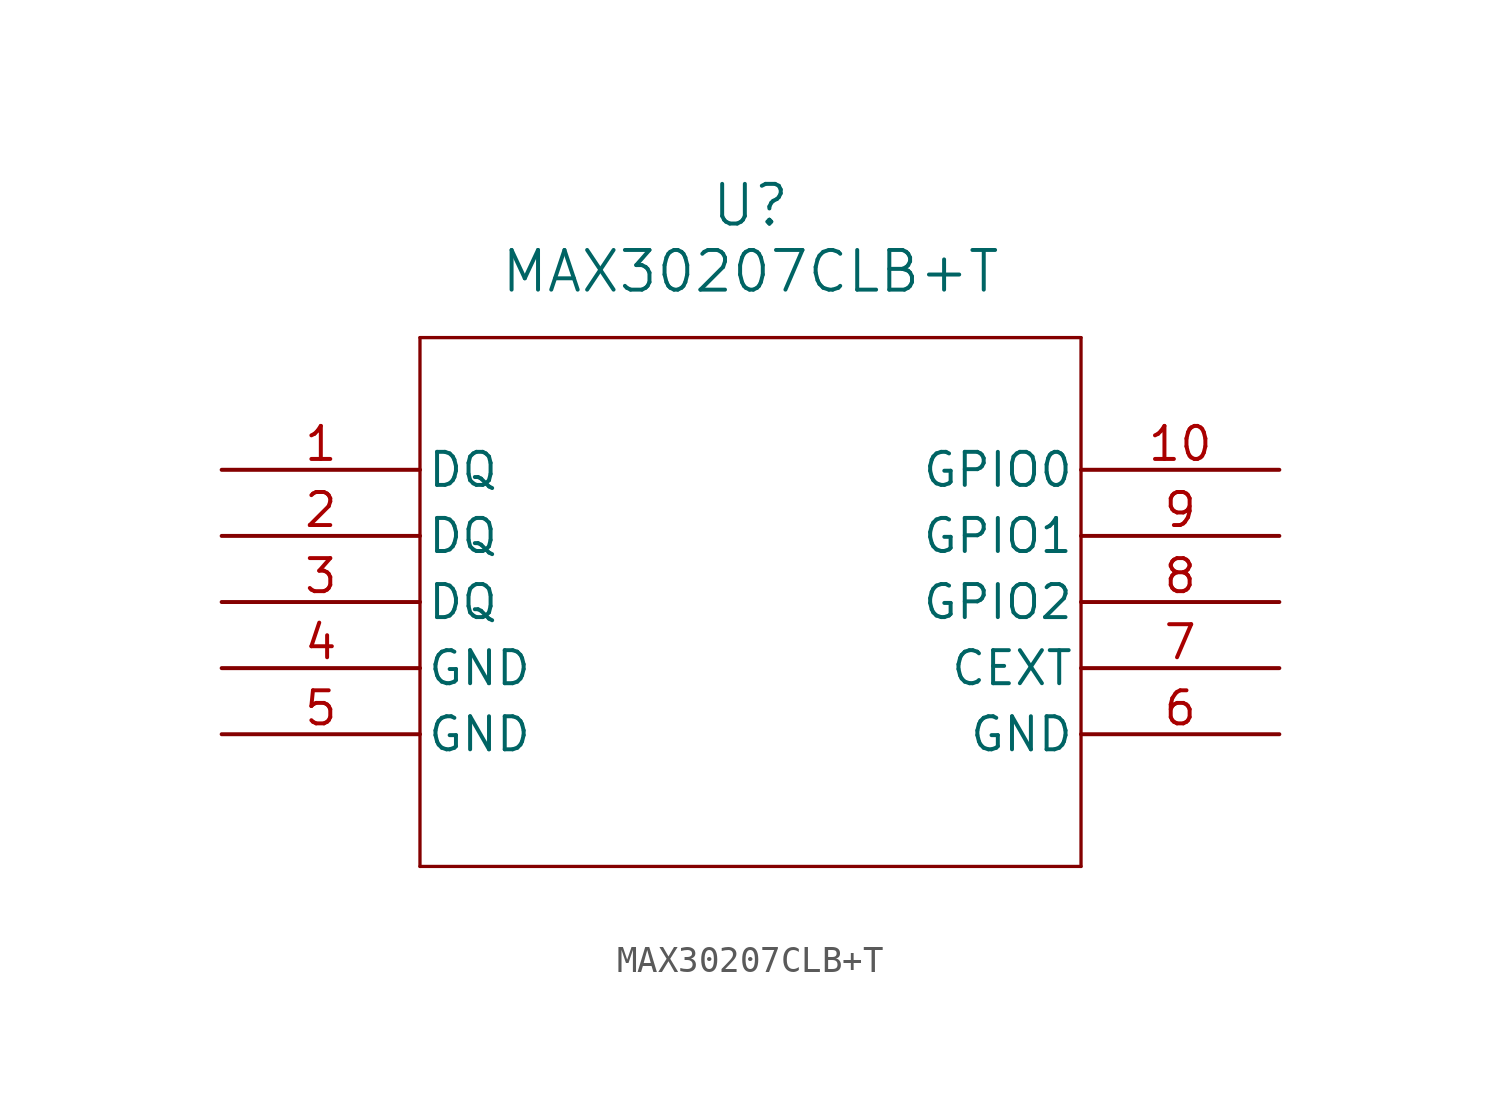
<source format=kicad_sym>
(kicad_symbol_lib
  (version 20211014)
  (generator kicad_symbol_editor)
  (symbol "MAX30207CLB+T"
    (pin_names
      (offset 0.254))
    (property "Reference" "U"
      (at 20.32 10.16 0)
      (effects (font (size 1.524 1.524))))
    (property "Value" "MAX30207CLB+T"
      (at 20.32 7.62 0)
      (effects (font (size 1.524 1.524))))
    (symbol "MAX30207CLB+T_0_1"
      (polyline (pts (xy 7.62 5.08) (xy 7.62 -15.24)) (stroke (width 0.127) (type default) (color 0 0 0 0)) (fill (type none)))
      (polyline (pts (xy 7.62 -15.24) (xy 33.02 -15.24)) (stroke (width 0.127) (type default) (color 0 0 0 0)) (fill (type none)))
      (polyline (pts (xy 33.02 -15.24) (xy 33.02 5.08)) (stroke (width 0.127) (type default) (color 0 0 0 0)) (fill (type none)))
      (polyline (pts (xy 33.02 5.08) (xy 7.62 5.08)) (stroke (width 0.127) (type default) (color 0 0 0 0)) (fill (type none)))
      (pin unspecified line (at 0 0 0) (length 7.62) (name "DQ" (effects (font (size 1.27 1.27)))) (number "1" (effects (font (size 1.27 1.27)))))
      (pin unspecified line (at 0 -2.54 0) (length 7.62) (name "DQ" (effects (font (size 1.27 1.27)))) (number "2" (effects (font (size 1.27 1.27)))))
      (pin unspecified line (at 0 -5.08 0) (length 7.62) (name "DQ" (effects (font (size 1.27 1.27)))) (number "3" (effects (font (size 1.27 1.27)))))
      (pin power_in line (at 0 -7.62 0) (length 7.62) (name "GND" (effects (font (size 1.27 1.27)))) (number "4" (effects (font (size 1.27 1.27)))))
      (pin power_in line (at 0 -10.16 0) (length 7.62) (name "GND" (effects (font (size 1.27 1.27)))) (number "5" (effects (font (size 1.27 1.27)))))
      (pin power_in line (at 40.64 -10.16 180) (length 7.62) (name "GND" (effects (font (size 1.27 1.27)))) (number "6" (effects (font (size 1.27 1.27)))))
      (pin unspecified line (at 40.64 -7.62 180) (length 7.62) (name "CEXT" (effects (font (size 1.27 1.27)))) (number "7" (effects (font (size 1.27 1.27)))))
      (pin bidirectional line (at 40.64 -5.08 180) (length 7.62) (name "GPIO2" (effects (font (size 1.27 1.27)))) (number "8" (effects (font (size 1.27 1.27)))))
      (pin bidirectional line (at 40.64 -2.54 180) (length 7.62) (name "GPIO1" (effects (font (size 1.27 1.27)))) (number "9" (effects (font (size 1.27 1.27)))))
      (pin bidirectional line (at 40.64 0 180) (length 7.62) (name "GPIO0" (effects (font (size 1.27 1.27)))) (number "10" (effects (font (size 1.27 1.27))))))))
</source>
